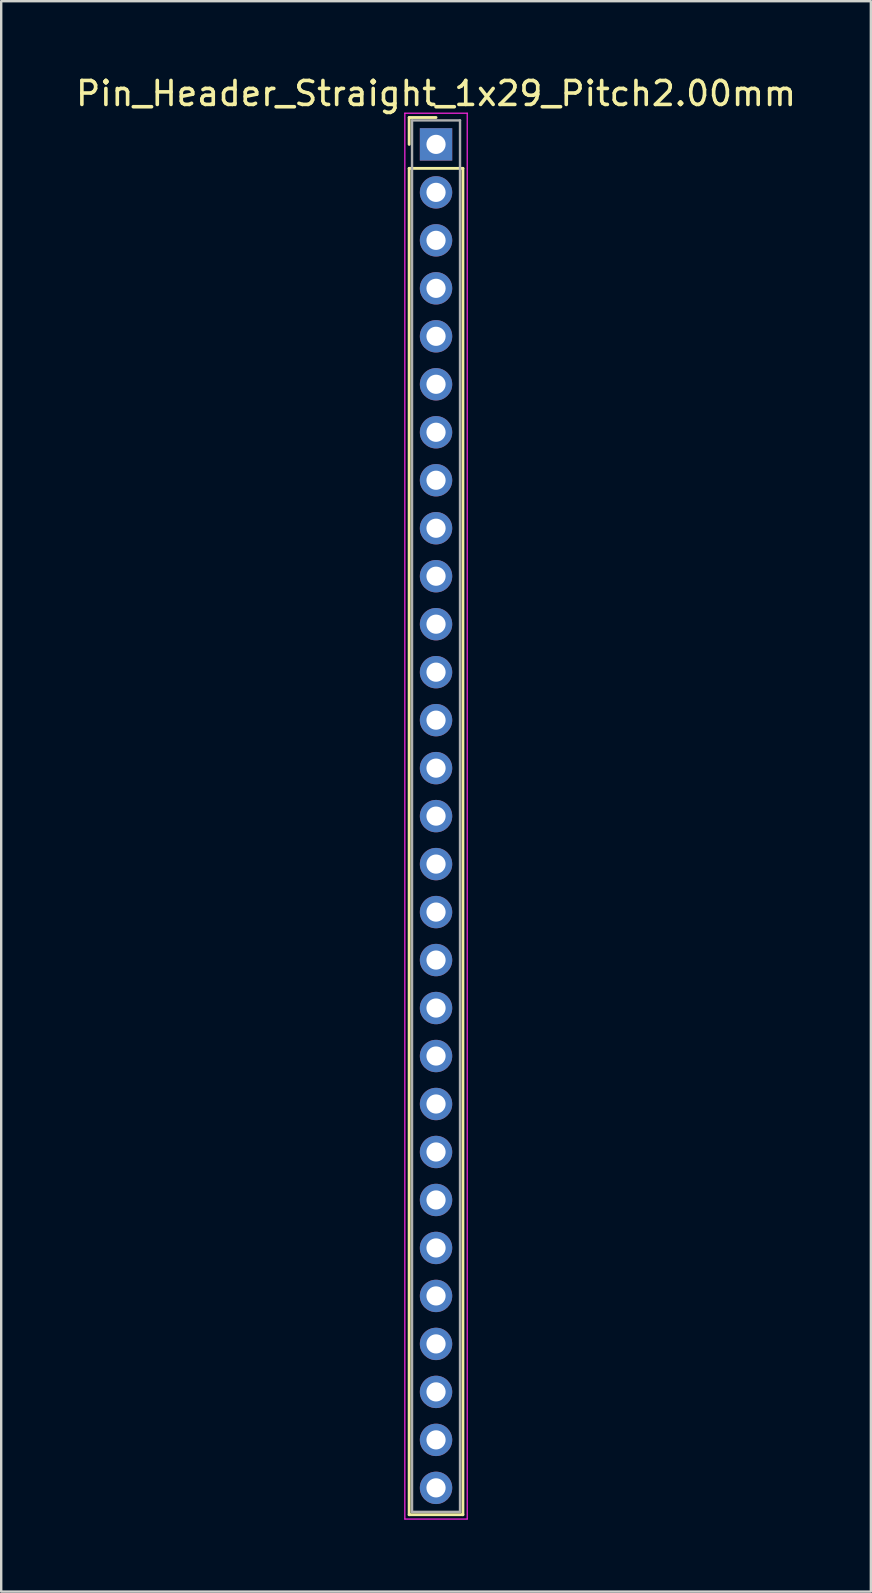
<source format=kicad_pcb>
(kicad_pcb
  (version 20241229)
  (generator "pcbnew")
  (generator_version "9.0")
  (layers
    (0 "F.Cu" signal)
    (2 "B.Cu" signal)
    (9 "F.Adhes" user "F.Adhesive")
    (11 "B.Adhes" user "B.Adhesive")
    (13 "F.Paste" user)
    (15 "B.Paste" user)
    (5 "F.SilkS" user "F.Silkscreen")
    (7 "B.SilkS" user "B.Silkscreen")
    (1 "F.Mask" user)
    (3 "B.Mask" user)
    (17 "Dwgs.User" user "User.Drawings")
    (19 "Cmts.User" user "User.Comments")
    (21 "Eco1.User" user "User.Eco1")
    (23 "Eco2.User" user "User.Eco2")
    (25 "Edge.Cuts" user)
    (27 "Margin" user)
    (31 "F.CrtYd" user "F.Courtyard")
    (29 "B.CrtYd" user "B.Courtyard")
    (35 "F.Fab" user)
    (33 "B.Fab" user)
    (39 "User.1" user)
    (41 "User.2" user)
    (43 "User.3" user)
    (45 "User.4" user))
  (footprint "Pin_Header_Straight_1x29_Pitch2.00mm"
    (layer "F.Cu")
    (at 15.125 2.968)
    (property "Reference" "Pin_Header_Straight_1x29_Pitch2.00mm" (at 0 -2.12 0) (layer "F.SilkS") (effects (font (size 1 1) (thickness 0.15))))
    (attr through_hole)
    (fp_line (start -1.12 -1.12) (end 0 -1.12) (stroke (width 0.12) (type solid)) (layer "F.SilkS"))
    (fp_line (start -1.12 0) (end -1.12 -1.12) (stroke (width 0.12) (type solid)) (layer "F.SilkS"))
    (fp_line (start -1.12 1) (end -1.12 57.12) (stroke (width 0.12) (type solid)) (layer "F.SilkS"))
    (fp_line (start -1.12 57.12) (end 1.12 57.12) (stroke (width 0.12) (type solid)) (layer "F.SilkS"))
    (fp_line (start 1.12 1) (end -1.12 1) (stroke (width 0.12) (type solid)) (layer "F.SilkS"))
    (fp_line (start 1.12 57.12) (end 1.12 1) (stroke (width 0.12) (type solid)) (layer "F.SilkS"))
    (fp_line (start -1.3 -1.3) (end -1.3 57.3) (stroke (width 0.05) (type solid)) (layer "F.CrtYd"))
    (fp_line (start -1.3 57.3) (end 1.3 57.3) (stroke (width 0.05) (type solid)) (layer "F.CrtYd"))
    (fp_line (start 1.3 -1.3) (end -1.3 -1.3) (stroke (width 0.05) (type solid)) (layer "F.CrtYd"))
    (fp_line (start 1.3 57.3) (end 1.3 -1.3) (stroke (width 0.05) (type solid)) (layer "F.CrtYd"))
    (fp_line (start -1 -1) (end -1 57) (stroke (width 0.1) (type solid)) (layer "F.Fab"))
    (fp_line (start -1 57) (end 1 57) (stroke (width 0.1) (type solid)) (layer "F.Fab"))
    (fp_line (start 1 -1) (end -1 -1) (stroke (width 0.1) (type solid)) (layer "F.Fab"))
    (fp_line (start 1 57) (end 1 -1) (stroke (width 0.1) (type solid)) (layer "F.Fab"))
    (pad "1" thru_hole rect (at 0 0) (size 1.35 1.35) (drill 0.8) (layers "*.Cu" "*.Mask"))
    (pad "2" thru_hole oval (at 0 2) (size 1.35 1.35) (drill 0.8) (layers "*.Cu" "*.Mask"))
    (pad "3" thru_hole oval (at 0 4) (size 1.35 1.35) (drill 0.8) (layers "*.Cu" "*.Mask"))
    (pad "4" thru_hole oval (at 0 6) (size 1.35 1.35) (drill 0.8) (layers "*.Cu" "*.Mask"))
    (pad "5" thru_hole oval (at 0 8) (size 1.35 1.35) (drill 0.8) (layers "*.Cu" "*.Mask"))
    (pad "6" thru_hole oval (at 0 10) (size 1.35 1.35) (drill 0.8) (layers "*.Cu" "*.Mask"))
    (pad "7" thru_hole oval (at 0 12) (size 1.35 1.35) (drill 0.8) (layers "*.Cu" "*.Mask"))
    (pad "8" thru_hole oval (at 0 14) (size 1.35 1.35) (drill 0.8) (layers "*.Cu" "*.Mask"))
    (pad "9" thru_hole oval (at 0 16) (size 1.35 1.35) (drill 0.8) (layers "*.Cu" "*.Mask"))
    (pad "10" thru_hole oval (at 0 18) (size 1.35 1.35) (drill 0.8) (layers "*.Cu" "*.Mask"))
    (pad "11" thru_hole oval (at 0 20) (size 1.35 1.35) (drill 0.8) (layers "*.Cu" "*.Mask"))
    (pad "12" thru_hole oval (at 0 22) (size 1.35 1.35) (drill 0.8) (layers "*.Cu" "*.Mask"))
    (pad "13" thru_hole oval (at 0 24) (size 1.35 1.35) (drill 0.8) (layers "*.Cu" "*.Mask"))
    (pad "14" thru_hole oval (at 0 26) (size 1.35 1.35) (drill 0.8) (layers "*.Cu" "*.Mask"))
    (pad "15" thru_hole oval (at 0 28) (size 1.35 1.35) (drill 0.8) (layers "*.Cu" "*.Mask"))
    (pad "16" thru_hole oval (at 0 30) (size 1.35 1.35) (drill 0.8) (layers "*.Cu" "*.Mask"))
    (pad "17" thru_hole oval (at 0 32) (size 1.35 1.35) (drill 0.8) (layers "*.Cu" "*.Mask"))
    (pad "18" thru_hole oval (at 0 34) (size 1.35 1.35) (drill 0.8) (layers "*.Cu" "*.Mask"))
    (pad "19" thru_hole oval (at 0 36) (size 1.35 1.35) (drill 0.8) (layers "*.Cu" "*.Mask"))
    (pad "20" thru_hole oval (at 0 38) (size 1.35 1.35) (drill 0.8) (layers "*.Cu" "*.Mask"))
    (pad "21" thru_hole oval (at 0 40) (size 1.35 1.35) (drill 0.8) (layers "*.Cu" "*.Mask"))
    (pad "22" thru_hole oval (at 0 42) (size 1.35 1.35) (drill 0.8) (layers "*.Cu" "*.Mask"))
    (pad "23" thru_hole oval (at 0 44) (size 1.35 1.35) (drill 0.8) (layers "*.Cu" "*.Mask"))
    (pad "24" thru_hole oval (at 0 46) (size 1.35 1.35) (drill 0.8) (layers "*.Cu" "*.Mask"))
    (pad "25" thru_hole oval (at 0 48) (size 1.35 1.35) (drill 0.8) (layers "*.Cu" "*.Mask"))
    (pad "26" thru_hole oval (at 0 50) (size 1.35 1.35) (drill 0.8) (layers "*.Cu" "*.Mask"))
    (pad "27" thru_hole oval (at 0 52) (size 1.35 1.35) (drill 0.8) (layers "*.Cu" "*.Mask"))
    (pad "28" thru_hole oval (at 0 54) (size 1.35 1.35) (drill 0.8) (layers "*.Cu" "*.Mask"))
    (pad "29" thru_hole oval (at 0 56) (size 1.35 1.35) (drill 0.8) (layers "*.Cu" "*.Mask")))
  (gr_rect
    (start -3 -3)
    (end 33.25 63.293)
    (stroke (width 0.1) (type default))
    (fill no)
    (layer "Edge.Cuts")))
</source>
